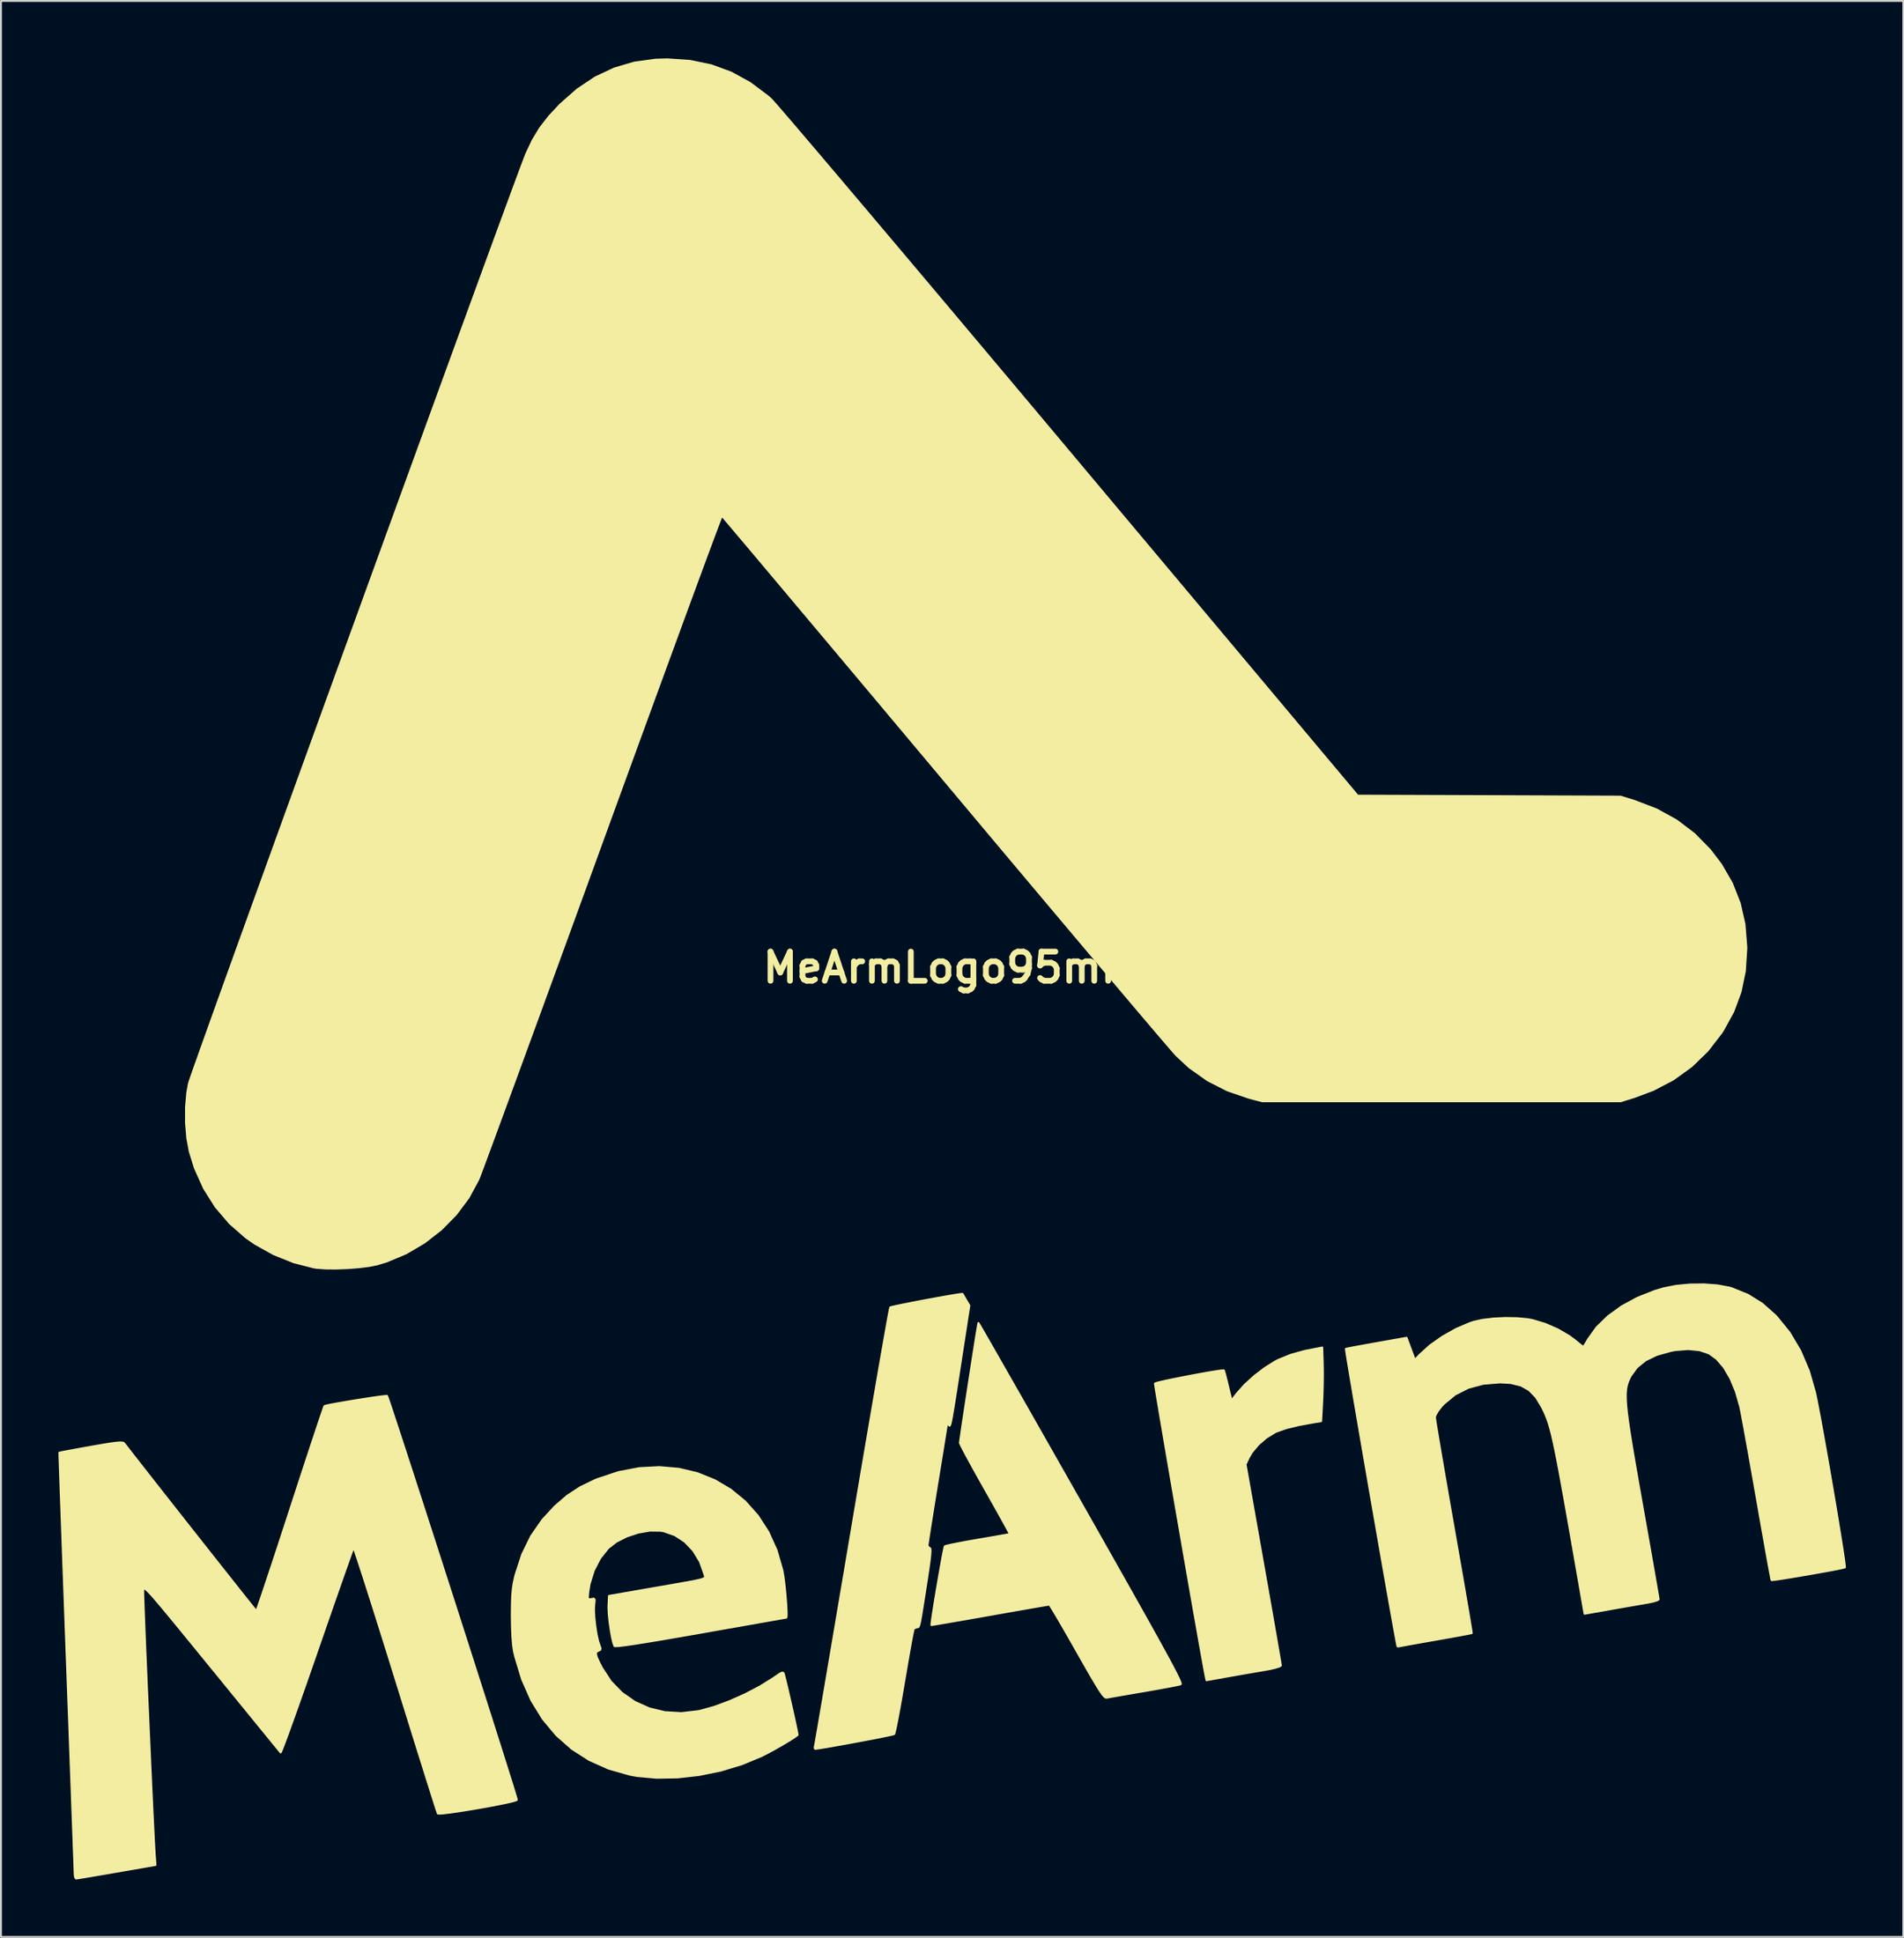
<source format=kicad_pcb>
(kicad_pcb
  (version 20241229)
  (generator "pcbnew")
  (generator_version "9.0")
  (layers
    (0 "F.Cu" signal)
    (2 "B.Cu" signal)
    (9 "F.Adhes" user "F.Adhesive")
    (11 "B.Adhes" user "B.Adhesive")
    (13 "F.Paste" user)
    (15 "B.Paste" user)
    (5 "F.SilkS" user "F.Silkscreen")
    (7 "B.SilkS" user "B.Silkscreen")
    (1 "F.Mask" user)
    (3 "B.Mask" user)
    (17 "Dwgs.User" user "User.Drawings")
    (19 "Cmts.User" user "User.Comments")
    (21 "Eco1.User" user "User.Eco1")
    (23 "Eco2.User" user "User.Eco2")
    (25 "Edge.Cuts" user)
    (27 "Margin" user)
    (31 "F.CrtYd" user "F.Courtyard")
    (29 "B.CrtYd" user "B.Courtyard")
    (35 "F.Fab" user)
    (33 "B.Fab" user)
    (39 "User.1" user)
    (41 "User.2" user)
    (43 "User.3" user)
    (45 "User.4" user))
  (footprint "MeArmLogo95mm"
    (layer "F.Cu")
    (at 46.662 47.492)
    (property "Reference" "MeArmLogo95mm" (at 0 0 0) (layer "F.SilkS") (effects (font (size 1.524 1.524) (thickness 0.3))))
    (attr through_hole)
    (fp_poly (pts (xy 19.38 21.213) (xy 19.374 21.774) (xy 19.359 22.336) (xy 19.344 22.663) (xy 19.288 23.695) (xy 18.936 23.75) (xy 18.116 23.9) (xy 17.457 24.062) (xy 16.961 24.236) (xy 16.87 24.279) (xy 16.42 24.558) (xy 16.001 24.923) (xy 15.663 25.327) (xy 15.509 25.592) (xy 15.341 25.95) (xy 16.263 31.157) (xy 16.425 32.075) (xy 16.578 32.945) (xy 16.72 33.751) (xy 16.847 34.479) (xy 16.958 35.116) (xy 17.05 35.646) (xy 17.12 36.055) (xy 17.166 36.329) (xy 17.186 36.453) (xy 17.186 36.458) (xy 17.108 36.511) (xy 16.894 36.578) (xy 16.575 36.649) (xy 16.32 36.696) (xy 15.87 36.772) (xy 15.33 36.865) (xy 14.774 36.963) (xy 14.376 37.033) (xy 13.3 37.226) (xy 13.254 37.007) (xy 13.215 36.804) (xy 13.151 36.46) (xy 13.066 35.987) (xy 12.961 35.402) (xy 12.84 34.717) (xy 12.704 33.947) (xy 12.556 33.106) (xy 12.399 32.21) (xy 12.236 31.271) (xy 12.068 30.305) (xy 11.898 29.325) (xy 11.728 28.347) (xy 11.562 27.383) (xy 11.401 26.45) (xy 11.248 25.56) (xy 11.106 24.728) (xy 10.977 23.969) (xy 10.863 23.297) (xy 10.767 22.726) (xy 10.691 22.27) (xy 10.639 21.944) (xy 10.611 21.762) (xy 10.608 21.728) (xy 10.693 21.694) (xy 10.916 21.637) (xy 11.246 21.564) (xy 11.654 21.479) (xy 12.111 21.388) (xy 12.586 21.297) (xy 13.049 21.211) (xy 13.473 21.137) (xy 13.825 21.08) (xy 14.078 21.045) (xy 14.201 21.038) (xy 14.207 21.04) (xy 14.236 21.127) (xy 14.294 21.34) (xy 14.371 21.644) (xy 14.418 21.839) (xy 14.605 22.616) (xy 14.885 22.251) (xy 15.291 21.795) (xy 15.801 21.331) (xy 16.359 20.905) (xy 16.907 20.564) (xy 17.06 20.486) (xy 17.706 20.226) (xy 18.412 20.029) (xy 18.542 20.002) (xy 19.346 19.845) (xy 19.374 20.739) (xy 19.38 21.213)) (stroke (width 0.1) (type solid)) (fill yes) (layer "F.SilkS"))
    (fp_poly (pts (xy 0.915 17.653) (xy 0.457 20.616) (xy 0.327 21.462) (xy 0.219 22.154) (xy 0.132 22.708) (xy 0.062 23.138) (xy 0.007 23.458) (xy -0.035 23.683) (xy -0.069 23.827) (xy -0.096 23.904) (xy -0.12 23.93) (xy -0.143 23.918) (xy -0.167 23.882) (xy -0.174 23.872) (xy -0.239 23.795) (xy -0.253 23.806) (xy -0.266 23.9) (xy -0.304 24.142) (xy -0.364 24.514) (xy -0.441 24.996) (xy -0.534 25.57) (xy -0.64 26.217) (xy -0.754 26.918) (xy -0.762 26.966) (xy -0.877 27.674) (xy -0.983 28.331) (xy -1.077 28.919) (xy -1.156 29.418) (xy -1.216 29.808) (xy -1.255 30.072) (xy -1.27 30.188) (xy -1.27 30.19) (xy -1.207 30.298) (xy -1.157 30.311) (xy -1.124 30.345) (xy -1.112 30.458) (xy -1.124 30.667) (xy -1.16 30.991) (xy -1.223 31.444) (xy -1.314 32.046) (xy -1.324 32.11) (xy -1.431 32.797) (xy -1.516 33.336) (xy -1.582 33.744) (xy -1.633 34.039) (xy -1.673 34.239) (xy -1.705 34.363) (xy -1.735 34.429) (xy -1.765 34.455) (xy -1.799 34.46) (xy -1.819 34.459) (xy -1.963 34.515) (xy -1.992 34.547) (xy -2.018 34.649) (xy -2.069 34.898) (xy -2.139 35.273) (xy -2.225 35.752) (xy -2.324 36.316) (xy -2.431 36.944) (xy -2.492 37.303) (xy -2.603 37.955) (xy -2.708 38.555) (xy -2.805 39.08) (xy -2.888 39.51) (xy -2.954 39.826) (xy -2.999 40.007) (xy -3.014 40.04) (xy -3.108 40.068) (xy -3.34 40.119) (xy -3.684 40.19) (xy -4.11 40.274) (xy -4.592 40.366) (xy -5.1 40.461) (xy -5.608 40.554) (xy -6.087 40.64) (xy -6.508 40.714) (xy -6.845 40.77) (xy -7.069 40.803) (xy -7.142 40.809) (xy -7.166 40.747) (xy -7.156 40.703) (xy -7.138 40.609) (xy -7.094 40.357) (xy -7.024 39.957) (xy -6.932 39.419) (xy -6.818 38.754) (xy -6.684 37.969) (xy -6.532 37.076) (xy -6.363 36.084) (xy -6.18 35.002) (xy -5.983 33.84) (xy -5.775 32.609) (xy -5.556 31.317) (xy -5.33 29.974) (xy -5.201 29.21) (xy -4.97 27.844) (xy -4.747 26.524) (xy -4.532 25.259) (xy -4.327 24.059) (xy -4.134 22.934) (xy -3.955 21.893) (xy -3.792 20.947) (xy -3.645 20.104) (xy -3.517 19.374) (xy -3.409 18.768) (xy -3.324 18.294) (xy -3.262 17.962) (xy -3.226 17.783) (xy -3.217 17.752) (xy -3.126 17.723) (xy -2.898 17.672) (xy -2.564 17.602) (xy -2.151 17.52) (xy -1.688 17.43) (xy -1.204 17.339) (xy -0.727 17.252) (xy -0.287 17.173) (xy 0.089 17.109) (xy 0.371 17.064) (xy 0.531 17.044) (xy 0.557 17.046) (xy 0.6 17.12) (xy 0.699 17.289) (xy 0.739 17.357) (xy 0.915 17.653)) (stroke (width 0.1) (type solid)) (fill yes) (layer "F.SilkS"))
    (fp_poly (pts (xy 11.959 37.421) (xy 11.95 37.438) (xy 11.828 37.469) (xy 11.565 37.523) (xy 11.19 37.594) (xy 10.727 37.678) (xy 10.205 37.77) (xy 10.033 37.799) (xy 9.495 37.891) (xy 9.007 37.976) (xy 8.595 38.047) (xy 8.286 38.102) (xy 8.109 38.134) (xy 8.086 38.139) (xy 8.029 38.131) (xy 7.955 38.076) (xy 7.857 37.96) (xy 7.725 37.769) (xy 7.55 37.49) (xy 7.323 37.108) (xy 7.035 36.611) (xy 6.678 35.984) (xy 6.531 35.724) (xy 6.199 35.14) (xy 5.892 34.605) (xy 5.621 34.137) (xy 5.395 33.754) (xy 5.225 33.472) (xy 5.121 33.309) (xy 5.092 33.275) (xy 4.999 33.29) (xy 4.758 33.331) (xy 4.388 33.394) (xy 3.909 33.478) (xy 3.338 33.578) (xy 2.695 33.691) (xy 1.998 33.814) (xy 1.99 33.816) (xy 1.295 33.938) (xy 0.656 34.051) (xy 0.09 34.149) (xy -0.384 34.231) (xy -0.747 34.293) (xy -0.981 34.332) (xy -1.067 34.344) (xy -1.067 34.344) (xy -1.062 34.252) (xy -1.031 34.022) (xy -0.98 33.681) (xy -0.913 33.257) (xy -0.834 32.778) (xy -0.749 32.272) (xy -0.662 31.767) (xy -0.578 31.29) (xy -0.502 30.87) (xy -0.438 30.534) (xy -0.391 30.311) (xy -0.367 30.228) (xy -0.265 30.196) (xy -0.023 30.141) (xy 0.333 30.069) (xy 0.777 29.986) (xy 1.281 29.898) (xy 1.355 29.885) (xy 1.861 29.798) (xy 2.307 29.721) (xy 2.666 29.657) (xy 2.914 29.612) (xy 3.025 29.59) (xy 3.028 29.589) (xy 2.994 29.514) (xy 2.885 29.311) (xy 2.712 28.995) (xy 2.485 28.586) (xy 2.213 28.1) (xy 1.906 27.555) (xy 1.737 27.257) (xy 1.414 26.684) (xy 1.12 26.156) (xy 0.865 25.69) (xy 0.658 25.307) (xy 0.511 25.023) (xy 0.433 24.859) (xy 0.423 24.828) (xy 0.436 24.721) (xy 0.471 24.472) (xy 0.524 24.103) (xy 0.594 23.638) (xy 0.675 23.099) (xy 0.765 22.508) (xy 0.86 21.888) (xy 0.957 21.26) (xy 1.052 20.649) (xy 1.141 20.076) (xy 1.222 19.563) (xy 1.291 19.133) (xy 1.344 18.81) (xy 1.378 18.614) (xy 1.388 18.565) (xy 1.432 18.635) (xy 1.553 18.843) (xy 1.749 19.182) (xy 2.013 19.641) (xy 2.34 20.213) (xy 2.726 20.889) (xy 3.166 21.661) (xy 3.655 22.518) (xy 4.187 23.453) (xy 4.758 24.458) (xy 5.363 25.523) (xy 5.997 26.639) (xy 6.655 27.798) (xy 6.748 27.963) (xy 7.545 29.368) (xy 8.261 30.633) (xy 8.9 31.765) (xy 9.467 32.77) (xy 9.964 33.655) (xy 10.396 34.427) (xy 10.767 35.094) (xy 11.079 35.661) (xy 11.338 36.135) (xy 11.545 36.524) (xy 11.707 36.834) (xy 11.825 37.072) (xy 11.904 37.245) (xy 11.947 37.359) (xy 11.959 37.421)) (stroke (width 0.1) (type solid)) (fill yes) (layer "F.SilkS"))
    (fp_poly (pts (xy -8.056 40.085) (xy -8.219 40.206) (xy -8.494 40.382) (xy -8.842 40.59) (xy -9.224 40.809) (xy -9.602 41.014) (xy -9.937 41.185) (xy -9.948 41.191) (xy -10.97 41.614) (xy -12.064 41.944) (xy -13.195 42.175) (xy -14.328 42.303) (xy -15.426 42.321) (xy -16.454 42.225) (xy -16.806 42.161) (xy -17.917 41.846) (xy -18.931 41.394) (xy -19.846 40.808) (xy -20.657 40.09) (xy -21.362 39.245) (xy -21.958 38.276) (xy -22.44 37.187) (xy -22.807 35.981) (xy -22.874 35.687) (xy -22.919 35.384) (xy -22.953 34.95) (xy -22.975 34.423) (xy -22.983 33.84) (xy -22.983 33.824) (xy -22.978 33.262) (xy -22.963 32.825) (xy -22.933 32.471) (xy -22.885 32.155) (xy -22.815 31.833) (xy -22.784 31.713) (xy -22.437 30.652) (xy -21.974 29.704) (xy -21.383 28.85) (xy -20.729 28.141) (xy -20.081 27.585) (xy -19.401 27.14) (xy -18.625 26.766) (xy -18.517 26.722) (xy -17.416 26.356) (xy -16.332 26.148) (xy -15.275 26.092) (xy -14.257 26.181) (xy -13.289 26.411) (xy -12.383 26.776) (xy -11.548 27.27) (xy -10.797 27.888) (xy -10.14 28.625) (xy -9.589 29.474) (xy -9.155 30.431) (xy -8.849 31.489) (xy -8.841 31.528) (xy -8.796 31.791) (xy -8.751 32.137) (xy -8.708 32.528) (xy -8.672 32.932) (xy -8.644 33.311) (xy -8.628 33.631) (xy -8.626 33.857) (xy -8.642 33.954) (xy -8.644 33.956) (xy -8.732 33.971) (xy -8.97 34.013) (xy -9.345 34.079) (xy -9.84 34.166) (xy -10.44 34.272) (xy -11.129 34.394) (xy -11.893 34.528) (xy -12.715 34.674) (xy -13.123 34.746) (xy -14.237 34.941) (xy -15.187 35.104) (xy -15.976 35.235) (xy -16.608 35.335) (xy -17.085 35.404) (xy -17.41 35.442) (xy -17.586 35.45) (xy -17.621 35.44) (xy -17.686 35.258) (xy -17.756 34.953) (xy -17.822 34.573) (xy -17.879 34.165) (xy -17.918 33.776) (xy -17.934 33.453) (xy -17.933 33.355) (xy -17.907 32.82) (xy -15.579 32.415) (xy -14.831 32.285) (xy -14.234 32.181) (xy -13.771 32.098) (xy -13.425 32.032) (xy -13.181 31.979) (xy -13.022 31.933) (xy -12.931 31.891) (xy -12.892 31.848) (xy -12.89 31.799) (xy -12.907 31.74) (xy -12.923 31.685) (xy -13.155 31.029) (xy -13.502 30.458) (xy -13.946 29.991) (xy -14.466 29.648) (xy -15.044 29.446) (xy -15.207 29.418) (xy -15.77 29.411) (xy -16.379 29.516) (xy -16.981 29.715) (xy -17.524 29.992) (xy -17.947 30.321) (xy -18.37 30.853) (xy -18.701 31.494) (xy -18.92 32.2) (xy -18.988 32.625) (xy -19.009 32.868) (xy -18.992 32.981) (xy -18.921 33.002) (xy -18.827 32.982) (xy -18.699 32.962) (xy -18.652 33.014) (xy -18.664 33.18) (xy -18.677 33.262) (xy -18.691 33.542) (xy -18.671 33.928) (xy -18.625 34.365) (xy -18.559 34.794) (xy -18.48 35.158) (xy -18.416 35.36) (xy -18.347 35.548) (xy -18.361 35.639) (xy -18.465 35.689) (xy -18.467 35.69) (xy -18.562 35.745) (xy -18.589 35.847) (xy -18.544 36.023) (xy -18.42 36.298) (xy -18.277 36.576) (xy -17.81 37.291) (xy -17.231 37.887) (xy -16.557 38.357) (xy -15.804 38.695) (xy -14.989 38.892) (xy -14.127 38.943) (xy -13.234 38.839) (xy -13.151 38.822) (xy -12.419 38.619) (xy -11.618 38.323) (xy -10.801 37.96) (xy -10.023 37.552) (xy -9.336 37.125) (xy -9.224 37.047) (xy -8.993 36.888) (xy -8.861 36.825) (xy -8.796 36.847) (xy -8.774 36.897) (xy -8.714 37.131) (xy -8.632 37.465) (xy -8.537 37.868) (xy -8.435 38.311) (xy -8.332 38.762) (xy -8.237 39.191) (xy -8.155 39.567) (xy -8.094 39.861) (xy -8.06 40.042) (xy -8.056 40.085)) (stroke (width 0.1) (type solid)) (fill yes) (layer "F.SilkS"))
    (fp_poly (pts (xy 41.493 -0.974) (xy 41.419 0.181) (xy 41.194 1.266) (xy 40.814 2.294) (xy 40.274 3.278) (xy 40.187 3.412) (xy 39.464 4.347) (xy 38.627 5.157) (xy 37.681 5.84) (xy 36.629 6.392) (xy 35.669 6.752) (xy 34.925 6.985) (xy 25.569 6.985) (xy 16.214 6.985) (xy 15.515 6.799) (xy 14.395 6.415) (xy 13.36 5.888) (xy 12.417 5.221) (xy 11.738 4.593) (xy 11.623 4.465) (xy 11.404 4.213) (xy 11.087 3.844) (xy 10.678 3.365) (xy 10.181 2.781) (xy 9.602 2.099) (xy 8.948 1.325) (xy 8.221 0.465) (xy 7.43 -0.473) (xy 6.577 -1.484) (xy 5.67 -2.561) (xy 4.713 -3.698) (xy 3.712 -4.888) (xy 2.672 -6.126) (xy 1.598 -7.405) (xy 0.497 -8.718) (xy -0.428 -9.821) (xy -1.541 -11.148) (xy -2.625 -12.44) (xy -3.674 -13.692) (xy -4.686 -14.897) (xy -5.653 -16.049) (xy -6.571 -17.143) (xy -7.436 -18.172) (xy -8.242 -19.131) (xy -8.984 -20.013) (xy -9.656 -20.813) (xy -10.255 -21.525) (xy -10.775 -22.142) (xy -11.211 -22.658) (xy -11.558 -23.068) (xy -11.81 -23.366) (xy -11.964 -23.545) (xy -12.013 -23.6) (xy -12.047 -23.524) (xy -12.135 -23.296) (xy -12.276 -22.923) (xy -12.467 -22.413) (xy -12.705 -21.772) (xy -12.988 -21.009) (xy -13.312 -20.13) (xy -13.675 -19.143) (xy -14.075 -18.055) (xy -14.508 -16.872) (xy -14.973 -15.604) (xy -15.466 -14.256) (xy -15.985 -12.836) (xy -16.527 -11.351) (xy -17.089 -9.809) (xy -17.67 -8.216) (xy -18.265 -6.58) (xy -18.28 -6.54) (xy -18.878 -4.895) (xy -19.463 -3.289) (xy -20.032 -1.728) (xy -20.582 -0.22) (xy -21.11 1.227) (xy -21.614 2.605) (xy -22.09 3.907) (xy -22.536 5.126) (xy -22.949 6.253) (xy -23.326 7.281) (xy -23.665 8.204) (xy -23.962 9.012) (xy -24.216 9.698) (xy -24.422 10.256) (xy -24.579 10.676) (xy -24.684 10.953) (xy -24.733 11.076) (xy -25.243 12.018) (xy -25.894 12.89) (xy -26.667 13.676) (xy -27.541 14.359) (xy -28.497 14.923) (xy -29.515 15.351) (xy -30.014 15.502) (xy -30.443 15.588) (xy -30.98 15.655) (xy -31.573 15.701) (xy -32.171 15.722) (xy -32.723 15.717) (xy -33.177 15.683) (xy -33.303 15.665) (xy -34.364 15.394) (xy -35.408 14.976) (xy -36.39 14.43) (xy -36.868 14.097) (xy -37.716 13.354) (xy -38.449 12.494) (xy -39.057 11.529) (xy -39.532 10.474) (xy -39.801 9.61) (xy -39.932 8.903) (xy -39.998 8.109) (xy -39.997 7.294) (xy -39.93 6.524) (xy -39.845 6.055) (xy -39.806 5.933) (xy -39.713 5.661) (xy -39.566 5.244) (xy -39.37 4.691) (xy -39.127 4.009) (xy -38.84 3.206) (xy -38.511 2.289) (xy -38.144 1.267) (xy -37.74 0.145) (xy -37.304 -1.067) (xy -36.836 -2.362) (xy -36.341 -3.734) (xy -35.821 -5.173) (xy -35.279 -6.673) (xy -34.717 -8.227) (xy -34.138 -9.825) (xy -33.545 -11.462) (xy -32.941 -13.129) (xy -32.329 -14.818) (xy -31.711 -16.523) (xy -31.089 -18.236) (xy -30.468 -19.948) (xy -29.849 -21.653) (xy -29.235 -23.343) (xy -28.629 -25.01) (xy -28.033 -26.647) (xy -27.452 -28.246) (xy -26.886 -29.799) (xy -26.34 -31.3) (xy -25.815 -32.74) (xy -25.314 -34.112) (xy -24.841 -35.408) (xy -24.398 -36.621) (xy -23.987 -37.743) (xy -23.612 -38.767) (xy -23.275 -39.684) (xy -22.979 -40.489) (xy -22.727 -41.171) (xy -22.521 -41.726) (xy -22.364 -42.143) (xy -22.259 -42.417) (xy -22.22 -42.515) (xy -21.886 -43.224) (xy -21.503 -43.855) (xy -21.037 -44.457) (xy -20.452 -45.083) (xy -20.45 -45.085) (xy -19.556 -45.873) (xy -18.616 -46.499) (xy -17.625 -46.964) (xy -16.578 -47.272) (xy -15.47 -47.424) (xy -14.859 -47.442) (xy -13.674 -47.362) (xy -12.565 -47.132) (xy -11.524 -46.749) (xy -10.542 -46.209) (xy -9.61 -45.51) (xy -9.463 -45.38) (xy -9.367 -45.279) (xy -9.168 -45.054) (xy -8.869 -44.709) (xy -8.475 -44.251) (xy -7.991 -43.684) (xy -7.421 -43.015) (xy -6.769 -42.248) (xy -6.04 -41.389) (xy -5.24 -40.443) (xy -4.371 -39.416) (xy -3.439 -38.313) (xy -2.449 -37.14) (xy -1.405 -35.901) (xy -0.311 -34.603) (xy 0.827 -33.25) (xy 2.006 -31.849) (xy 3.221 -30.403) (xy 4.467 -28.92) (xy 5.739 -27.404) (xy 6.108 -26.964) (xy 21.193 -8.981) (xy 28.059 -8.956) (xy 34.925 -8.93) (xy 35.669 -8.698) (xy 36.808 -8.26) (xy 37.842 -7.689) (xy 38.769 -6.986) (xy 39.591 -6.151) (xy 40.18 -5.376) (xy 40.743 -4.399) (xy 41.149 -3.363) (xy 41.399 -2.265) (xy 41.492 -1.1) (xy 41.493 -0.974)) (stroke (width 0.1) (type solid)) (fill yes) (layer "F.SilkS"))
    (fp_poly (pts (xy -22.719 43.475) (xy -22.808 43.517) (xy -23.036 43.578) (xy -23.375 43.653) (xy -23.798 43.738) (xy -24.277 43.828) (xy -24.783 43.918) (xy -25.29 44.002) (xy -25.768 44.078) (xy -26.191 44.138) (xy -26.53 44.18) (xy -26.757 44.197) (xy -26.845 44.187) (xy -26.877 44.095) (xy -26.956 43.854) (xy -27.077 43.474) (xy -27.237 42.968) (xy -27.433 42.348) (xy -27.659 41.626) (xy -27.914 40.814) (xy -28.192 39.922) (xy -28.49 38.964) (xy -28.805 37.952) (xy -29.048 37.17) (xy -29.372 36.128) (xy -29.683 35.135) (xy -29.976 34.202) (xy -30.248 33.341) (xy -30.495 32.564) (xy -30.714 31.881) (xy -30.901 31.306) (xy -31.051 30.848) (xy -31.162 30.521) (xy -31.23 30.335) (xy -31.25 30.295) (xy -31.286 30.383) (xy -31.372 30.618) (xy -31.504 30.986) (xy -31.677 31.474) (xy -31.886 32.07) (xy -32.127 32.759) (xy -32.396 33.528) (xy -32.687 34.365) (xy -32.995 35.255) (xy -33.152 35.708) (xy -33.467 36.615) (xy -33.766 37.473) (xy -34.046 38.268) (xy -34.301 38.986) (xy -34.527 39.615) (xy -34.718 40.143) (xy -34.872 40.555) (xy -34.982 40.84) (xy -35.044 40.984) (xy -35.056 40.999) (xy -35.117 40.924) (xy -35.276 40.729) (xy -35.525 40.425) (xy -35.853 40.022) (xy -36.253 39.533) (xy -36.714 38.966) (xy -37.229 38.335) (xy -37.788 37.649) (xy -38.382 36.92) (xy -38.658 36.583) (xy -39.36 35.721) (xy -39.963 34.983) (xy -40.474 34.358) (xy -40.902 33.839) (xy -41.253 33.416) (xy -41.535 33.082) (xy -41.756 32.828) (xy -41.924 32.644) (xy -42.046 32.523) (xy -42.129 32.456) (xy -42.182 32.434) (xy -42.212 32.448) (xy -42.227 32.49) (xy -42.233 32.54) (xy -42.232 32.663) (xy -42.225 32.938) (xy -42.21 33.352) (xy -42.19 33.887) (xy -42.165 34.529) (xy -42.136 35.262) (xy -42.102 36.069) (xy -42.066 36.935) (xy -42.027 37.845) (xy -41.986 38.783) (xy -41.944 39.733) (xy -41.902 40.679) (xy -41.861 41.606) (xy -41.82 42.498) (xy -41.781 43.339) (xy -41.745 44.113) (xy -41.711 44.806) (xy -41.682 45.4) (xy -41.657 45.881) (xy -41.637 46.233) (xy -41.625 46.404) (xy -41.59 46.876) (xy -43.634 47.231) (xy -44.202 47.33) (xy -44.715 47.417) (xy -45.149 47.491) (xy -45.48 47.545) (xy -45.685 47.578) (xy -45.741 47.585) (xy -45.793 47.511) (xy -45.809 47.392) (xy -45.813 47.285) (xy -45.822 47.02) (xy -45.837 46.605) (xy -45.858 46.052) (xy -45.883 45.37) (xy -45.912 44.57) (xy -45.945 43.663) (xy -45.982 42.657) (xy -46.023 41.564) (xy -46.066 40.393) (xy -46.111 39.155) (xy -46.159 37.861) (xy -46.209 36.519) (xy -46.218 36.28) (xy -46.268 34.935) (xy -46.315 33.637) (xy -46.361 32.396) (xy -46.404 31.223) (xy -46.444 30.128) (xy -46.48 29.119) (xy -46.513 28.208) (xy -46.542 27.404) (xy -46.566 26.717) (xy -46.585 26.158) (xy -46.6 25.736) (xy -46.609 25.461) (xy -46.612 25.343) (xy -46.611 25.339) (xy -46.529 25.32) (xy -46.305 25.276) (xy -45.965 25.212) (xy -45.534 25.133) (xy -45.038 25.044) (xy -44.958 25.03) (xy -44.379 24.929) (xy -43.946 24.859) (xy -43.637 24.818) (xy -43.429 24.803) (xy -43.303 24.812) (xy -43.236 24.843) (xy -43.226 24.854) (xy -43.029 25.109) (xy -42.754 25.463) (xy -42.412 25.901) (xy -42.013 26.41) (xy -41.568 26.978) (xy -41.087 27.59) (xy -40.58 28.234) (xy -40.059 28.896) (xy -39.533 29.563) (xy -39.013 30.222) (xy -38.51 30.859) (xy -38.034 31.461) (xy -37.595 32.015) (xy -37.205 32.508) (xy -36.873 32.925) (xy -36.609 33.255) (xy -36.426 33.483) (xy -36.332 33.597) (xy -36.322 33.607) (xy -36.289 33.529) (xy -36.209 33.303) (xy -36.085 32.943) (xy -35.923 32.461) (xy -35.726 31.871) (xy -35.499 31.186) (xy -35.246 30.419) (xy -34.973 29.584) (xy -34.682 28.694) (xy -34.544 28.269) (xy -34.247 27.357) (xy -33.965 26.493) (xy -33.702 25.691) (xy -33.463 24.965) (xy -33.251 24.326) (xy -33.072 23.789) (xy -32.93 23.367) (xy -32.83 23.074) (xy -32.775 22.922) (xy -32.766 22.904) (xy -32.655 22.872) (xy -32.414 22.822) (xy -32.072 22.759) (xy -31.662 22.688) (xy -31.215 22.613) (xy -30.763 22.541) (xy -30.336 22.475) (xy -29.966 22.422) (xy -29.685 22.386) (xy -29.523 22.372) (xy -29.498 22.375) (xy -29.463 22.463) (xy -29.381 22.701) (xy -29.255 23.076) (xy -29.089 23.579) (xy -28.886 24.196) (xy -28.651 24.916) (xy -28.386 25.728) (xy -28.097 26.62) (xy -27.786 27.58) (xy -27.457 28.598) (xy -27.113 29.661) (xy -26.76 30.758) (xy -26.4 31.877) (xy -26.036 33.007) (xy -25.674 34.136) (xy -25.316 35.253) (xy -24.966 36.346) (xy -24.628 37.403) (xy -24.306 38.413) (xy -24.003 39.364) (xy -23.723 40.245) (xy -23.469 41.045) (xy -23.247 41.751) (xy -23.058 42.352) (xy -22.907 42.836) (xy -22.798 43.193) (xy -22.734 43.409) (xy -22.719 43.475)) (stroke (width 0.1) (type solid)) (fill yes) (layer "F.SilkS"))
    (fp_poly (pts (xy 46.644 31.316) (xy 46.641 31.332) (xy 46.537 31.361) (xy 46.298 31.412) (xy 45.954 31.479) (xy 45.533 31.556) (xy 45.063 31.64) (xy 44.573 31.726) (xy 44.092 31.807) (xy 43.649 31.88) (xy 43.273 31.939) (xy 42.991 31.98) (xy 42.834 31.997) (xy 42.811 31.995) (xy 42.791 31.908) (xy 42.746 31.669) (xy 42.677 31.296) (xy 42.587 30.803) (xy 42.481 30.206) (xy 42.359 29.522) (xy 42.225 28.767) (xy 42.083 27.955) (xy 42.043 27.728) (xy 41.895 26.883) (xy 41.751 26.072) (xy 41.616 25.314) (xy 41.492 24.628) (xy 41.384 24.031) (xy 41.293 23.543) (xy 41.225 23.182) (xy 41.181 22.966) (xy 41.177 22.947) (xy 40.951 22.154) (xy 40.663 21.46) (xy 40.324 20.883) (xy 39.944 20.44) (xy 39.545 20.154) (xy 39.051 19.986) (xy 38.456 19.928) (xy 37.791 19.98) (xy 37.555 20.024) (xy 36.82 20.23) (xy 36.23 20.516) (xy 35.774 20.887) (xy 35.442 21.35) (xy 35.369 21.501) (xy 35.303 21.665) (xy 35.252 21.837) (xy 35.217 22.032) (xy 35.2 22.261) (xy 35.201 22.539) (xy 35.222 22.878) (xy 35.265 23.291) (xy 35.331 23.792) (xy 35.421 24.394) (xy 35.537 25.109) (xy 35.68 25.951) (xy 35.851 26.934) (xy 36.052 28.069) (xy 36.054 28.082) (xy 36.211 28.966) (xy 36.359 29.801) (xy 36.495 30.571) (xy 36.616 31.262) (xy 36.72 31.858) (xy 36.805 32.346) (xy 36.867 32.709) (xy 36.904 32.932) (xy 36.915 33.002) (xy 36.838 33.054) (xy 36.637 33.115) (xy 36.353 33.174) (xy 36.343 33.176) (xy 36.057 33.225) (xy 35.649 33.295) (xy 35.165 33.38) (xy 34.65 33.47) (xy 34.408 33.513) (xy 33.045 33.754) (xy 32.601 31.207) (xy 32.379 29.936) (xy 32.183 28.821) (xy 32.011 27.848) (xy 31.859 27.007) (xy 31.726 26.284) (xy 31.608 25.669) (xy 31.504 25.148) (xy 31.41 24.711) (xy 31.324 24.345) (xy 31.243 24.038) (xy 31.165 23.778) (xy 31.087 23.553) (xy 31.006 23.352) (xy 30.921 23.162) (xy 30.828 22.971) (xy 30.814 22.945) (xy 30.505 22.436) (xy 30.148 22.069) (xy 29.719 21.829) (xy 29.19 21.701) (xy 28.633 21.669) (xy 27.758 21.74) (xy 26.974 21.951) (xy 26.286 22.3) (xy 25.695 22.787) (xy 25.568 22.924) (xy 25.386 23.16) (xy 25.263 23.375) (xy 25.231 23.49) (xy 25.245 23.603) (xy 25.286 23.869) (xy 25.352 24.272) (xy 25.441 24.8) (xy 25.549 25.437) (xy 25.674 26.169) (xy 25.814 26.982) (xy 25.967 27.861) (xy 26.13 28.793) (xy 26.203 29.209) (xy 26.368 30.154) (xy 26.524 31.048) (xy 26.669 31.878) (xy 26.799 32.631) (xy 26.912 33.292) (xy 27.007 33.848) (xy 27.08 34.284) (xy 27.13 34.588) (xy 27.153 34.745) (xy 27.155 34.765) (xy 27.069 34.785) (xy 26.842 34.829) (xy 26.497 34.893) (xy 26.06 34.972) (xy 25.556 35.062) (xy 25.399 35.089) (xy 24.867 35.183) (xy 24.382 35.269) (xy 23.972 35.343) (xy 23.666 35.399) (xy 23.492 35.432) (xy 23.474 35.436) (xy 23.323 35.461) (xy 23.276 35.456) (xy 23.251 35.345) (xy 23.202 35.083) (xy 23.129 34.686) (xy 23.035 34.167) (xy 22.923 33.54) (xy 22.795 32.819) (xy 22.654 32.019) (xy 22.502 31.154) (xy 22.342 30.237) (xy 22.176 29.283) (xy 22.006 28.306) (xy 21.834 27.32) (xy 21.665 26.34) (xy 21.499 25.379) (xy 21.339 24.451) (xy 21.188 23.571) (xy 21.048 22.753) (xy 20.922 22.01) (xy 20.812 21.358) (xy 20.72 20.81) (xy 20.649 20.38) (xy 20.602 20.082) (xy 20.581 19.931) (xy 20.58 19.915) (xy 20.676 19.893) (xy 20.913 19.847) (xy 21.261 19.782) (xy 21.696 19.703) (xy 22.189 19.614) (xy 22.191 19.614) (xy 23.749 19.336) (xy 23.964 19.915) (xy 24.179 20.493) (xy 24.43 20.228) (xy 24.971 19.739) (xy 25.627 19.276) (xy 26.342 18.874) (xy 27.062 18.567) (xy 27.263 18.501) (xy 27.723 18.399) (xy 28.291 18.333) (xy 28.909 18.304) (xy 29.52 18.314) (xy 30.066 18.364) (xy 30.314 18.409) (xy 30.987 18.611) (xy 31.653 18.902) (xy 32.251 19.251) (xy 32.542 19.469) (xy 32.759 19.646) (xy 32.917 19.77) (xy 32.979 19.812) (xy 33.031 19.745) (xy 33.139 19.573) (xy 33.234 19.41) (xy 33.679 18.79) (xy 34.269 18.214) (xy 34.983 17.697) (xy 35.801 17.253) (xy 36.7 16.895) (xy 37.169 16.755) (xy 37.82 16.625) (xy 38.541 16.556) (xy 39.28 16.547) (xy 39.982 16.599) (xy 40.593 16.712) (xy 40.725 16.749) (xy 41.566 17.088) (xy 42.326 17.562) (xy 43.029 18.187) (xy 43.069 18.23) (xy 43.744 19.06) (xy 44.31 20.011) (xy 44.761 21.069) (xy 45.088 22.217) (xy 45.09 22.225) (xy 45.162 22.572) (xy 45.252 23.033) (xy 45.357 23.591) (xy 45.473 24.227) (xy 45.598 24.924) (xy 45.729 25.662) (xy 45.861 26.423) (xy 45.993 27.19) (xy 46.121 27.943) (xy 46.242 28.665) (xy 46.352 29.338) (xy 46.45 29.942) (xy 46.531 30.461) (xy 46.592 30.874) (xy 46.631 31.166) (xy 46.644 31.316)) (stroke (width 0.1) (type solid)) (fill yes) (layer "F.SilkS")))
  (gr_rect
    (start -3 -3)
    (end 96.355 98.127)
    (stroke (width 0.1) (type default))
    (fill no)
    (layer "Edge.Cuts")))
</source>
